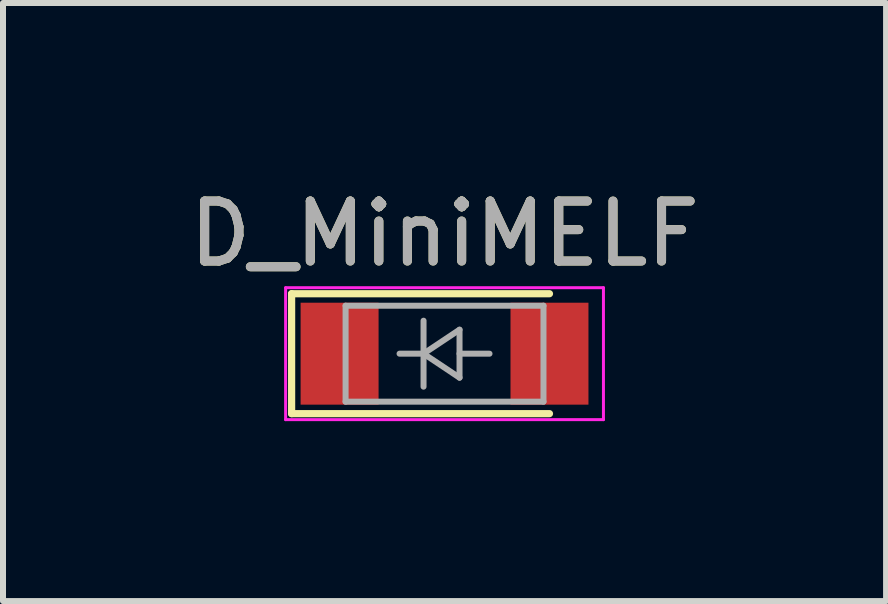
<source format=kicad_pcb>
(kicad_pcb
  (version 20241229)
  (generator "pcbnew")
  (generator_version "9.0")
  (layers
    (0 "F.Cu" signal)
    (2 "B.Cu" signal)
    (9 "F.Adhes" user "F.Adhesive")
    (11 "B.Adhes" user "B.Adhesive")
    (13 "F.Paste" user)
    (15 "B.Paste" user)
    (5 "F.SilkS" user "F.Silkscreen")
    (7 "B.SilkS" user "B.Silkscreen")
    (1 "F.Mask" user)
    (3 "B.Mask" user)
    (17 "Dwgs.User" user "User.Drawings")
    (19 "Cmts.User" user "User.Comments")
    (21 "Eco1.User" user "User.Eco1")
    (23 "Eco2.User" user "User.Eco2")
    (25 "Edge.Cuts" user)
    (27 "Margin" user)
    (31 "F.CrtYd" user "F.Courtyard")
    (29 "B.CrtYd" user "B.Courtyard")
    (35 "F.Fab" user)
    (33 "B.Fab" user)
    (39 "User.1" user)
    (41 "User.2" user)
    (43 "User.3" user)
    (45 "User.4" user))
  (footprint "D_MiniMELF"
    (layer "F.Cu")
    (at 4.363 2.848)
    (property "Reference" "D_MiniMELF" (at 0 -2 0) (layer "F.SilkS") (effects (font (size 1 1) (thickness 0.15))))
    (attr smd)
    (fp_line (start -2.55 -1) (end -2.55 1) (stroke (width 0.12) (type solid)) (layer "F.SilkS"))
    (fp_line (start -2.55 1) (end 1.75 1) (stroke (width 0.12) (type solid)) (layer "F.SilkS"))
    (fp_line (start 1.75 -1) (end -2.55 -1) (stroke (width 0.12) (type solid)) (layer "F.SilkS"))
    (fp_line (start -2.65 -1.1) (end 2.65 -1.1) (stroke (width 0.05) (type solid)) (layer "F.CrtYd"))
    (fp_line (start -2.65 1.1) (end -2.65 -1.1) (stroke (width 0.05) (type solid)) (layer "F.CrtYd"))
    (fp_line (start 2.65 -1.1) (end 2.65 1.1) (stroke (width 0.05) (type solid)) (layer "F.CrtYd"))
    (fp_line (start 2.65 1.1) (end -2.65 1.1) (stroke (width 0.05) (type solid)) (layer "F.CrtYd"))
    (fp_line (start -1.65 -0.8) (end 1.65 -0.8) (stroke (width 0.1) (type solid)) (layer "F.Fab"))
    (fp_line (start -1.65 0.8) (end -1.65 -0.8) (stroke (width 0.1) (type solid)) (layer "F.Fab"))
    (fp_line (start -0.75 0) (end -0.35 0) (stroke (width 0.1) (type solid)) (layer "F.Fab"))
    (fp_line (start -0.35 0) (end -0.35 -0.55) (stroke (width 0.1) (type solid)) (layer "F.Fab"))
    (fp_line (start -0.35 0) (end -0.35 0.55) (stroke (width 0.1) (type solid)) (layer "F.Fab"))
    (fp_line (start -0.35 0) (end 0.25 -0.4) (stroke (width 0.1) (type solid)) (layer "F.Fab"))
    (fp_line (start 0.25 -0.4) (end 0.25 0.4) (stroke (width 0.1) (type solid)) (layer "F.Fab"))
    (fp_line (start 0.25 0) (end 0.75 0) (stroke (width 0.1) (type solid)) (layer "F.Fab"))
    (fp_line (start 0.25 0.4) (end -0.35 0) (stroke (width 0.1) (type solid)) (layer "F.Fab"))
    (fp_line (start 1.65 -0.8) (end 1.65 0.8) (stroke (width 0.1) (type solid)) (layer "F.Fab"))
    (fp_line (start 1.65 0.8) (end -1.65 0.8) (stroke (width 0.1) (type solid)) (layer "F.Fab"))
    (fp_text user "${REFERENCE}" (at 0 -2 0) (layer "F.Fab") (effects (font (size 1 1) (thickness 0.15))))
    (pad "1" smd rect (at -1.75 0) (size 1.3 1.7) (layers "F.Cu" "F.Mask" "F.Paste"))
    (pad "2" smd rect (at 1.75 0) (size 1.3 1.7) (layers "F.Cu" "F.Mask" "F.Paste")))
  (gr_rect
    (start -3 -3)
    (end 11.726 6.973)
    (stroke (width 0.1) (type default))
    (fill no)
    (layer "Edge.Cuts")))
</source>
